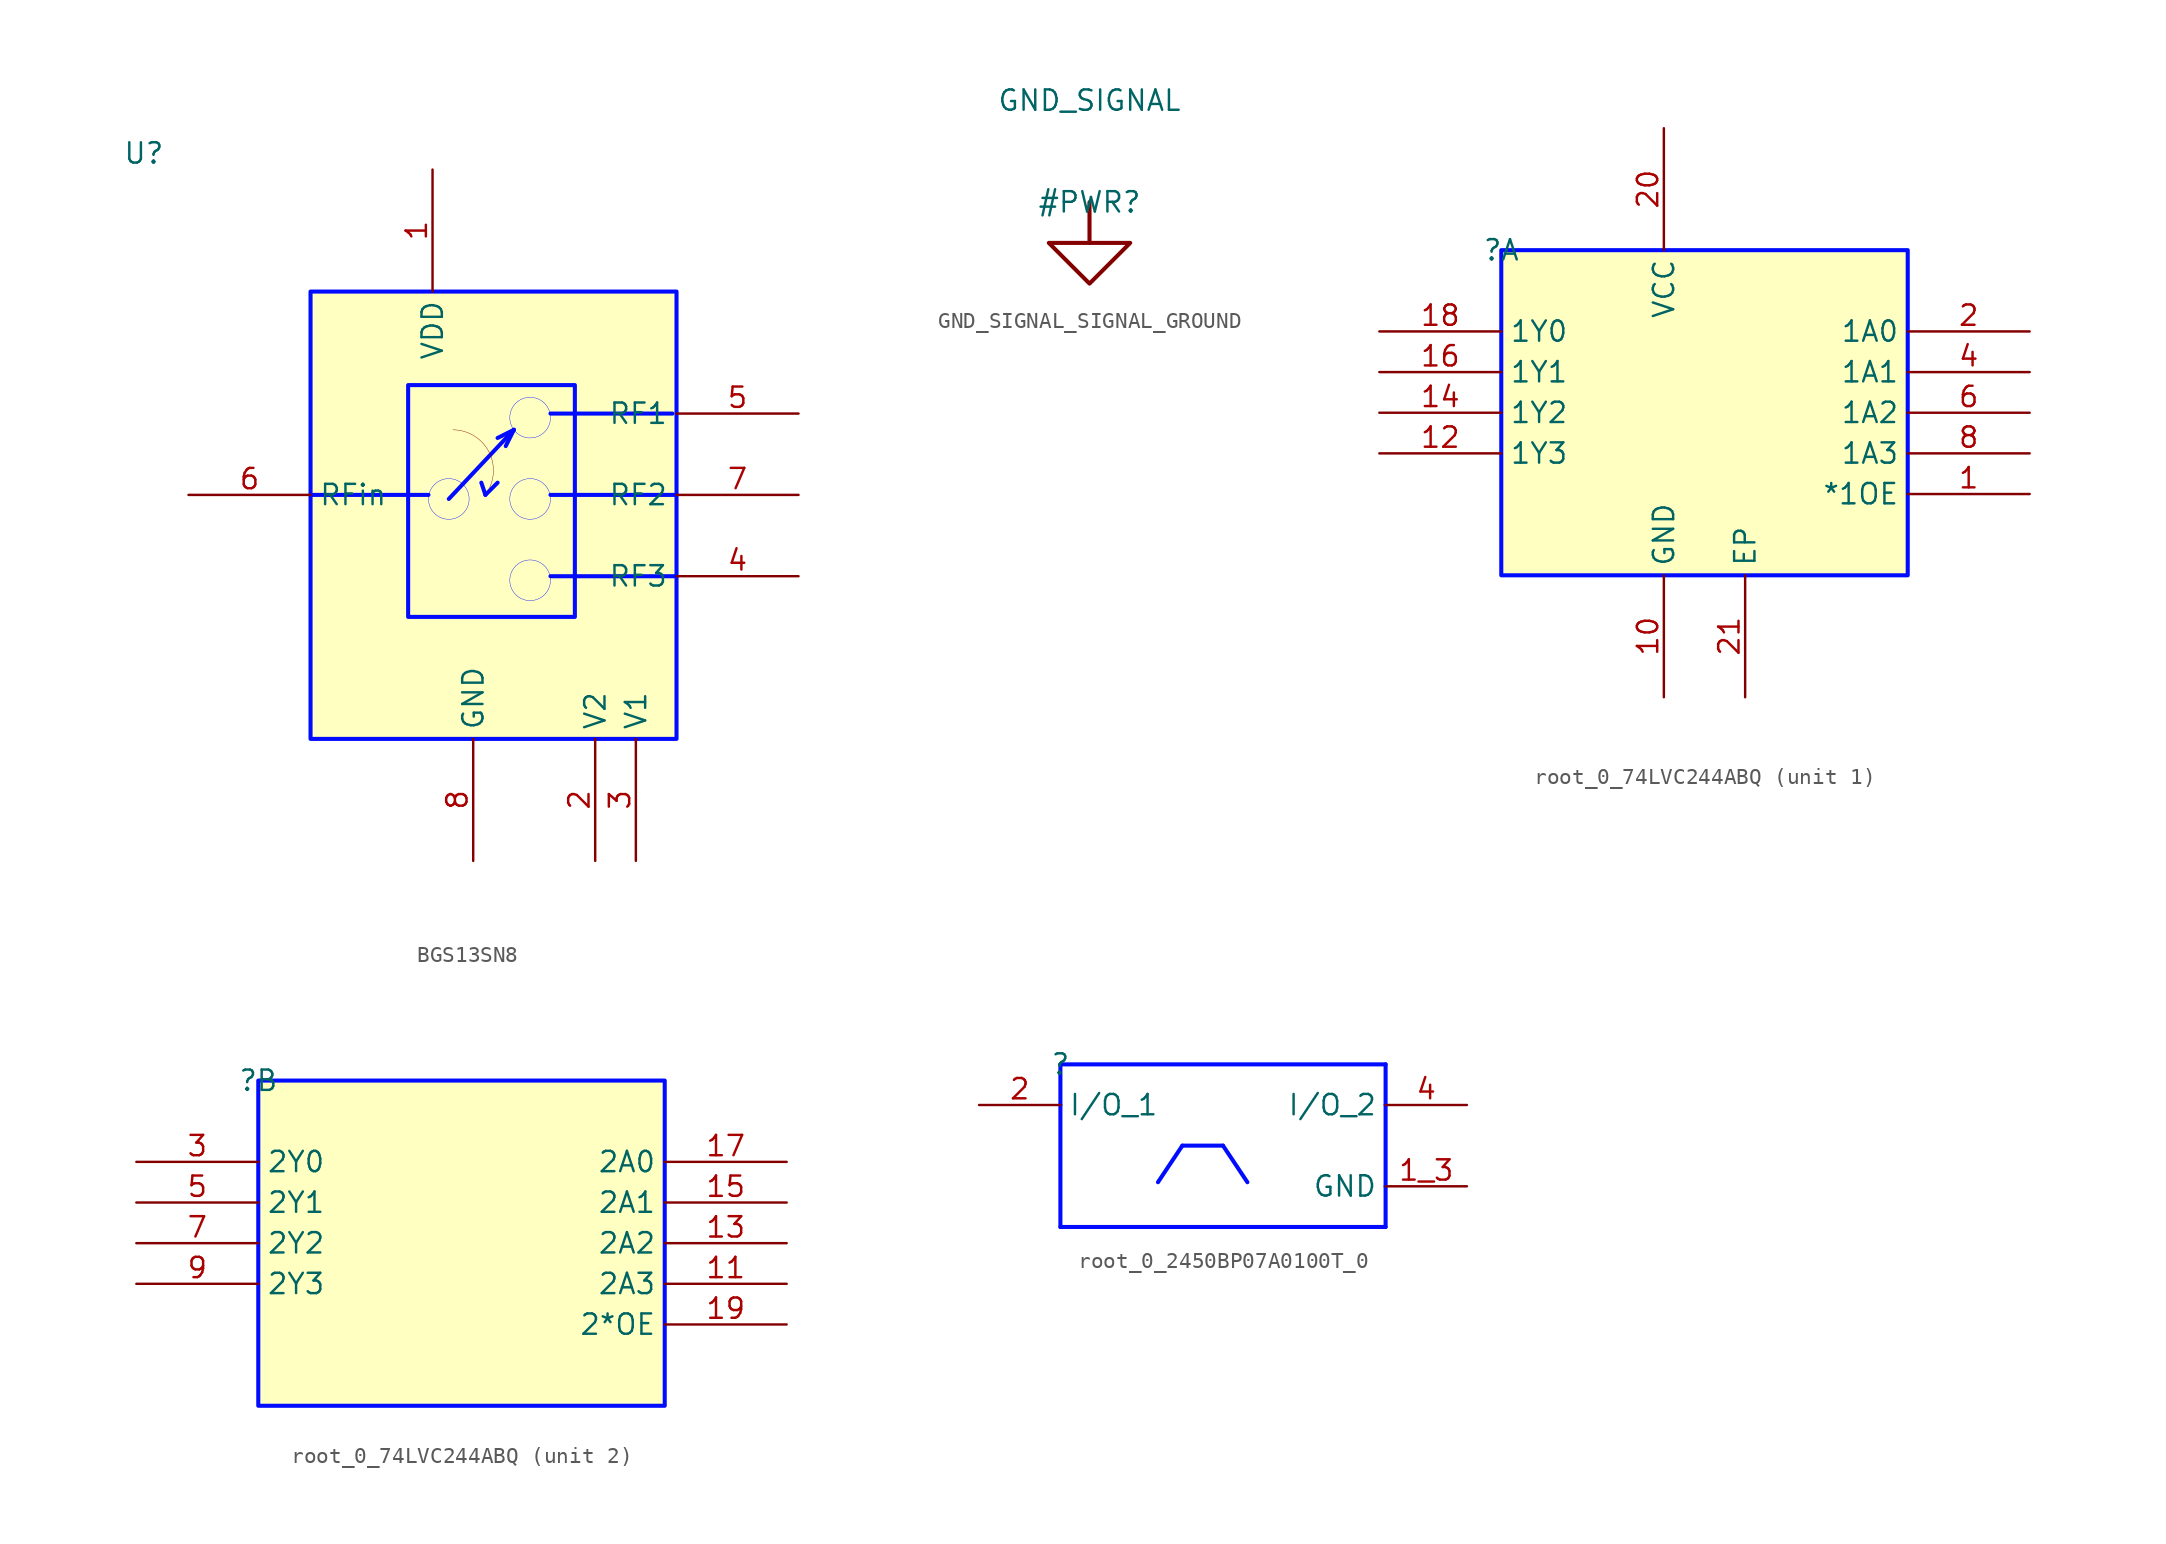
<source format=kicad_sym>
(kicad_symbol_lib
  (version 20231120)
  (generator "kicad_symbol_editor")
  (generator_version "8.0")
  (symbol "BGS13SN8"
    (property "Reference" "U"
      (at -10.414 8.636 0)
      (effects (font (size 1.27 1.27))))
    (property "Value" ""
      (at 0 0 0)
      (effects (font (size 1.27 1.27))))
    (symbol "BGS13SN8_1_0"
      (polyline (pts (xy 0 -12.7) (xy 7.366 -12.7)) (stroke (width 0.254) (type solid) (color 0 11 255 1)) (fill (type none)))
      (polyline (pts (xy 8.636 -12.954) (xy 12.7 -8.636)) (stroke (width 0.254) (type solid) (color 0 11 255 1)) (fill (type none)))
      (polyline (pts (xy 10.668 -11.938) (xy 10.922 -12.7)) (stroke (width 0.254) (type solid) (color 0 11 255 1)) (fill (type none)))
      (polyline (pts (xy 10.922 -12.7) (xy 11.684 -11.938)) (stroke (width 0.254) (type solid) (color 0 11 255 1)) (fill (type none)))
      (polyline (pts (xy 12.7 -8.636) (xy 11.684 -9.144)) (stroke (width 0.254) (type solid) (color 0 11 255 1)) (fill (type none)))
      (polyline (pts (xy 12.7 -8.636) (xy 12.192 -9.652)) (stroke (width 0.254) (type solid) (color 0 11 255 1)) (fill (type none)))
      (polyline (pts (xy 14.986 -17.78) (xy 22.86 -17.78)) (stroke (width 0.254) (type solid) (color 0 11 255 1)) (fill (type none)))
      (polyline (pts (xy 14.986 -12.7) (xy 22.86 -12.7)) (stroke (width 0.254) (type solid) (color 0 11 255 1)) (fill (type none)))
      (polyline (pts (xy 14.986 -7.62) (xy 22.606 -7.62)) (stroke (width 0.254) (type solid) (color 0 11 255 1)) (fill (type none)))
      (circle (center 8.636 -12.954) (radius 1.27) (stroke (width 0.025) (type solid) (color 0 11 255 1)) (fill (type none)))
      (arc (start 10.922 -12.7) (mid 11.1618 -10.0401) (end 8.89 -8.636) (stroke (width 0.0254) (type solid)) (fill (type none)))
      (circle (center 13.716 -18.034) (radius 1.27) (stroke (width 0.025) (type solid) (color 0 11 255 1)) (fill (type none)))
      (circle (center 13.716 -12.954) (radius 1.27) (stroke (width 0.025) (type solid) (color 0 11 255 1)) (fill (type none)))
      (circle (center 13.716 -7.874) (radius 1.27) (stroke (width 0.025) (type solid) (color 0 11 255 1)) (fill (type none)))
      (rectangle (start 16.51 -5.842) (end 6.096 -20.32) (stroke (width 0.254) (type solid) (color 0 11 255 1)) (fill (type background)))
      (rectangle (start 22.86 0) (end 0 -27.94) (stroke (width 0.254) (type solid) (color 0 11 255 1)) (fill (type background)))
      (pin power_in line (at 7.62 7.62 270) (length 7.62) (name "VDD" (effects (font (size 1.27 1.27)))) (number "1" (effects (font (size 1.27 1.27)))))
      (pin input line (at 17.78 -35.56 90) (length 7.62) (name "V2" (effects (font (size 1.27 1.27)))) (number "2" (effects (font (size 1.27 1.27)))))
      (pin input line (at 20.32 -35.56 90) (length 7.62) (name "V1" (effects (font (size 1.27 1.27)))) (number "3" (effects (font (size 1.27 1.27)))))
      (pin passive line (at 30.48 -17.78 180) (length 7.62) (name "RF3" (effects (font (size 1.27 1.27)))) (number "4" (effects (font (size 1.27 1.27)))))
      (pin passive line (at 30.48 -7.62 180) (length 7.62) (name "RF1" (effects (font (size 1.27 1.27)))) (number "5" (effects (font (size 1.27 1.27)))))
      (pin passive line (at -7.62 -12.7 0) (length 7.62) (name "RFin" (effects (font (size 1.27 1.27)))) (number "6" (effects (font (size 1.27 1.27)))))
      (pin passive line (at 30.48 -12.7 180) (length 7.62) (name "RF2" (effects (font (size 1.27 1.27)))) (number "7" (effects (font (size 1.27 1.27)))))
      (pin power_in line (at 10.16 -35.56 90) (length 7.62) (name "GND" (effects (font (size 1.27 1.27)))) (number "8" (effects (font (size 1.27 1.27)))))))
  (symbol "GND_SIGNAL_SIGNAL_GROUND"
    (power)
    (property "Reference" "#PWR"
      (at 0 0 0)
      (effects (font (size 1.27 1.27))))
    (property "Value" "GND_SIGNAL"
      (at 0 6.35 0)
      (effects (font (size 1.27 1.27))))
    (symbol "GND_SIGNAL_SIGNAL_GROUND_0_0"
      (polyline (pts (xy 0 0) (xy 0 -2.54)) (stroke (width 0.254) (type solid)) (fill (type none)))
      (polyline (pts (xy -2.54 -2.54) (xy 2.54 -2.54) (xy 0 -5.08) (xy -2.54 -2.54)) (stroke (width 0.254) (type solid)) (fill (type none)))
      (pin power_in line (at 0 0 0) (length 0) hide (name "GND_SIGNAL" (effects (font (size 1.27 1.27)))) (number "" (effects (font (size 1.27 1.27)))))))
  (symbol "root_0_74LVC244ABQ"
    (property "Reference" ""
      (at 0 0 0)
      (effects (font (size 1.27 1.27))))
    (property "Value" ""
      (at 0 0 0)
      (effects (font (size 1.27 1.27))))
    (symbol "root_0_74LVC244ABQ_1_0"
      (rectangle (start 25.4 0) (end 0 -20.32) (stroke (width 0.254) (type solid) (color 0 11 255 1)) (fill (type background)))
      (pin passive line (at 33.02 -15.24 180) (length 7.62) (name "*1OE" (effects (font (size 1.27 1.27)))) (number "1" (effects (font (size 1.27 1.27)))))
      (pin passive line (at 10.16 -27.94 90) (length 7.62) (name "GND" (effects (font (size 1.27 1.27)))) (number "10" (effects (font (size 1.27 1.27)))))
      (pin passive line (at -7.62 -12.7 0) (length 7.62) (name "1Y3" (effects (font (size 1.27 1.27)))) (number "12" (effects (font (size 1.27 1.27)))))
      (pin passive line (at -7.62 -10.16 0) (length 7.62) (name "1Y2" (effects (font (size 1.27 1.27)))) (number "14" (effects (font (size 1.27 1.27)))))
      (pin passive line (at -7.62 -7.62 0) (length 7.62) (name "1Y1" (effects (font (size 1.27 1.27)))) (number "16" (effects (font (size 1.27 1.27)))))
      (pin passive line (at -7.62 -5.08 0) (length 7.62) (name "1Y0" (effects (font (size 1.27 1.27)))) (number "18" (effects (font (size 1.27 1.27)))))
      (pin passive line (at 33.02 -5.08 180) (length 7.62) (name "1A0" (effects (font (size 1.27 1.27)))) (number "2" (effects (font (size 1.27 1.27)))))
      (pin passive line (at 10.16 7.62 270) (length 7.62) (name "VCC" (effects (font (size 1.27 1.27)))) (number "20" (effects (font (size 1.27 1.27)))))
      (pin passive line (at 15.24 -27.94 90) (length 7.62) (name "EP" (effects (font (size 1.27 1.27)))) (number "21" (effects (font (size 1.27 1.27)))))
      (pin passive line (at 33.02 -7.62 180) (length 7.62) (name "1A1" (effects (font (size 1.27 1.27)))) (number "4" (effects (font (size 1.27 1.27)))))
      (pin passive line (at 33.02 -10.16 180) (length 7.62) (name "1A2" (effects (font (size 1.27 1.27)))) (number "6" (effects (font (size 1.27 1.27)))))
      (pin passive line (at 33.02 -12.7 180) (length 7.62) (name "1A3" (effects (font (size 1.27 1.27)))) (number "8" (effects (font (size 1.27 1.27))))))
    (symbol "root_0_74LVC244ABQ_2_0"
      (rectangle (start 25.4 0) (end 0 -20.32) (stroke (width 0.254) (type solid) (color 0 11 255 1)) (fill (type background)))
      (pin passive line (at 33.02 -12.7 180) (length 7.62) (name "2A3" (effects (font (size 1.27 1.27)))) (number "11" (effects (font (size 1.27 1.27)))))
      (pin passive line (at 33.02 -10.16 180) (length 7.62) (name "2A2" (effects (font (size 1.27 1.27)))) (number "13" (effects (font (size 1.27 1.27)))))
      (pin passive line (at 33.02 -7.62 180) (length 7.62) (name "2A1" (effects (font (size 1.27 1.27)))) (number "15" (effects (font (size 1.27 1.27)))))
      (pin passive line (at 33.02 -5.08 180) (length 7.62) (name "2A0" (effects (font (size 1.27 1.27)))) (number "17" (effects (font (size 1.27 1.27)))))
      (pin passive line (at 33.02 -15.24 180) (length 7.62) (name "2*OE" (effects (font (size 1.27 1.27)))) (number "19" (effects (font (size 1.27 1.27)))))
      (pin passive line (at -7.62 -5.08 0) (length 7.62) (name "2Y0" (effects (font (size 1.27 1.27)))) (number "3" (effects (font (size 1.27 1.27)))))
      (pin passive line (at -7.62 -7.62 0) (length 7.62) (name "2Y1" (effects (font (size 1.27 1.27)))) (number "5" (effects (font (size 1.27 1.27)))))
      (pin passive line (at -7.62 -10.16 0) (length 7.62) (name "2Y2" (effects (font (size 1.27 1.27)))) (number "7" (effects (font (size 1.27 1.27)))))
      (pin passive line (at -7.62 -12.7 0) (length 7.62) (name "2Y3" (effects (font (size 1.27 1.27)))) (number "9" (effects (font (size 1.27 1.27)))))))
  (symbol "root_0_2450BP07A0100T_0"
    (property "Reference" ""
      (at 0 0 0)
      (effects (font (size 1.27 1.27))))
    (property "Value" ""
      (at 0 0 0)
      (effects (font (size 1.27 1.27))))
    (symbol "root_0_2450BP07A0100T_0_1_0"
      (polyline (pts (xy 0 -10.16) (xy 20.32 -10.16)) (stroke (width 0.254) (type solid) (color 0 11 255 1)) (fill (type none)))
      (polyline (pts (xy 0 -2.54) (xy 0 -2.54)) (stroke (width 0.254) (type solid) (color 0 11 255 1)) (fill (type none)))
      (polyline (pts (xy 0 0) (xy 0 -10.16)) (stroke (width 0.254) (type solid) (color 0 11 255 1)) (fill (type none)))
      (polyline (pts (xy 6.096 -7.366) (xy 7.62 -5.08)) (stroke (width 0.254) (type solid) (color 0 11 255 1)) (fill (type none)))
      (polyline (pts (xy 7.62 -5.08) (xy 10.16 -5.08)) (stroke (width 0.254) (type solid) (color 0 11 255 1)) (fill (type none)))
      (polyline (pts (xy 11.684 -7.366) (xy 10.16 -5.08)) (stroke (width 0.254) (type solid) (color 0 11 255 1)) (fill (type none)))
      (polyline (pts (xy 20.32 -10.16) (xy 20.32 0)) (stroke (width 0.254) (type solid) (color 0 11 255 1)) (fill (type none)))
      (polyline (pts (xy 20.32 -7.62) (xy 20.32 -7.62)) (stroke (width 0.254) (type solid) (color 0 11 255 1)) (fill (type none)))
      (polyline (pts (xy 20.32 -2.54) (xy 20.32 -2.54)) (stroke (width 0.254) (type solid) (color 0 11 255 1)) (fill (type none)))
      (polyline (pts (xy 20.32 0) (xy 0 0)) (stroke (width 0.254) (type solid) (color 0 11 255 1)) (fill (type none)))
      (pin power_in line (at 25.4 -7.62 180) (length 5.08) (name "GND" (effects (font (size 1.27 1.27)))) (number "1_3" (effects (font (size 1.27 1.27)))))
      (pin bidirectional line (at -5.08 -2.54 0) (length 5.08) (name "I/O_1" (effects (font (size 1.27 1.27)))) (number "2" (effects (font (size 1.27 1.27)))))
      (pin bidirectional line (at 25.4 -2.54 180) (length 5.08) (name "I/O_2" (effects (font (size 1.27 1.27)))) (number "4" (effects (font (size 1.27 1.27))))))))
</source>
